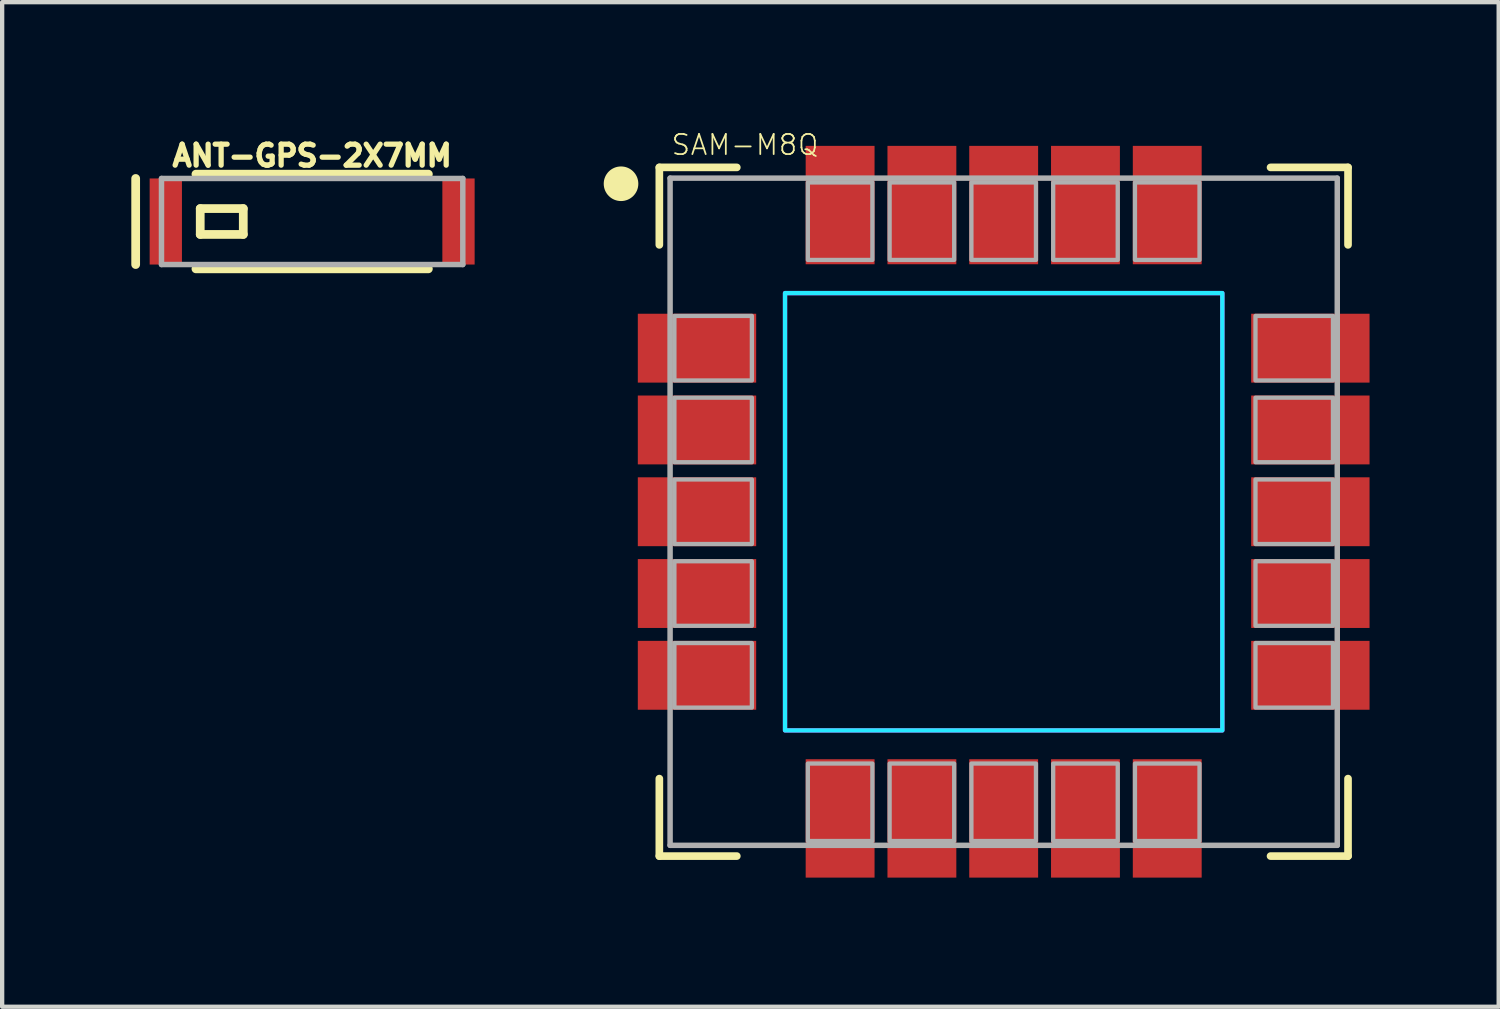
<source format=kicad_pcb>
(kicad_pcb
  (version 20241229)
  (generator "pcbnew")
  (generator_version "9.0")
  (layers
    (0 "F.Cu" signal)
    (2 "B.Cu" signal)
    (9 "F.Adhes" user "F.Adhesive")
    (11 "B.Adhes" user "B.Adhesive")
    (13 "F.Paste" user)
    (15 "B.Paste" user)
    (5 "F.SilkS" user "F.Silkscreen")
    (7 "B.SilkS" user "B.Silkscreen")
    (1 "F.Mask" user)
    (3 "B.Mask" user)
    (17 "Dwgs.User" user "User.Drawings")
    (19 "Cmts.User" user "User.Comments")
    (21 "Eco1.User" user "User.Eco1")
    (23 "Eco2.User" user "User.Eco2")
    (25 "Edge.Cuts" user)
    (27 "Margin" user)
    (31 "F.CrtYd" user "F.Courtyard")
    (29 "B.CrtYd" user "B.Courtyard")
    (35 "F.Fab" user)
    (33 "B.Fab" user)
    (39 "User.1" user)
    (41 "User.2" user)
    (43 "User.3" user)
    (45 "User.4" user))
  (footprint "ANT-GPS-2X7MM"
    (layer "F.Cu")
    (at 4.202 2.096)
    (property "Reference" "ANT-GPS-2X7MM" (at 0 -1.243 0) (layer "F.SilkS") (effects (font (size 0.488 0.488) (thickness 0.122)) (justify bottom)))
    (fp_line (start -4.1 -1) (end -4.1 1) (stroke (width 0.203) (type solid)) (layer "F.SilkS"))
    (fp_line (start -2.7 -1.1) (end 2.7 -1.1) (stroke (width 0.203) (type solid)) (layer "F.SilkS"))
    (fp_line (start -2.7 1.1) (end 2.7 1.1) (stroke (width 0.203) (type solid)) (layer "F.SilkS"))
    (fp_line (start -2.6 -0.3) (end -2.6 0.3) (stroke (width 0.203) (type solid)) (layer "F.SilkS"))
    (fp_line (start -2.6 0.3) (end -1.6 0.3) (stroke (width 0.203) (type solid)) (layer "F.SilkS"))
    (fp_line (start -1.6 -0.3) (end -2.6 -0.3) (stroke (width 0.203) (type solid)) (layer "F.SilkS"))
    (fp_line (start -1.6 0.3) (end -1.6 -0.3) (stroke (width 0.203) (type solid)) (layer "F.SilkS"))
    (fp_line (start -3.5 -1) (end 3.5 -1) (stroke (width 0.127) (type solid)) (layer "F.Fab"))
    (fp_line (start -3.5 1) (end -3.5 -1) (stroke (width 0.127) (type solid)) (layer "F.Fab"))
    (fp_line (start 3.5 -1) (end 3.5 1) (stroke (width 0.127) (type solid)) (layer "F.Fab"))
    (fp_line (start 3.5 1) (end -3.5 1) (stroke (width 0.127) (type solid)) (layer "F.Fab"))
    (pad "1" smd rect (at -3.4 0 90) (size 2 0.75) (layers "F.Cu" "F.Mask" "F.Paste"))
    (pad "NC" smd rect (at 3.4 0 90) (size 2 0.75) (layers "F.Cu" "F.Mask" "F.Paste")))
  (footprint "SAM-M8Q"
    (layer "F.Cu")
    (at 20.268 8.839)
    (property "Reference" "SAM-M8Q" (at -7.75 -8.25 0) (layer "F.SilkS") (effects (font (size 0.467 0.467) (thickness 0.041)) (justify left bottom)))
    (fp_line (start -8 -8) (end -6.2 -8) (stroke (width 0.178) (type solid)) (layer "F.SilkS"))
    (fp_line (start -8 -6.2) (end -8 -8) (stroke (width 0.178) (type solid)) (layer "F.SilkS"))
    (fp_line (start -8 8) (end -8 6.2) (stroke (width 0.178) (type solid)) (layer "F.SilkS"))
    (fp_line (start -6.2 8) (end -8 8) (stroke (width 0.178) (type solid)) (layer "F.SilkS"))
    (fp_line (start 6.2 -8) (end 8 -8) (stroke (width 0.178) (type solid)) (layer "F.SilkS"))
    (fp_line (start 8 -8) (end 8 -6.2) (stroke (width 0.178) (type solid)) (layer "F.SilkS"))
    (fp_line (start 8 6.2) (end 8 8) (stroke (width 0.178) (type solid)) (layer "F.SilkS"))
    (fp_line (start 8 8) (end 6.2 8) (stroke (width 0.178) (type solid)) (layer "F.SilkS"))
    (fp_circle (center -8.89 -7.62) (end -8.689 -7.62) (stroke (width 0.402) (type solid)) (fill yes) (layer "F.SilkS"))
    (fp_poly (pts (xy -5.08 5.08) (xy 5.08 5.08) (xy 5.08 -5.08) (xy -5.08 -5.08)) (stroke (width 0.1) (type default)) (fill no) (layer "B.CrtYd"))
    (fp_poly (pts (xy -5.08 5.08) (xy 5.08 5.08) (xy 5.08 -5.08) (xy -5.08 -5.08)) (stroke (width 0.1) (type default)) (fill no) (layer "F.CrtYd"))
    (fp_line (start -7.75 -7.75) (end 7.75 -7.75) (stroke (width 0.127) (type solid)) (layer "F.Fab"))
    (fp_line (start -7.75 7.75) (end -7.75 -7.75) (stroke (width 0.127) (type solid)) (layer "F.Fab"))
    (fp_line (start 7.75 -7.75) (end 7.75 7.75) (stroke (width 0.127) (type solid)) (layer "F.Fab"))
    (fp_line (start 7.75 7.75) (end -7.75 7.75) (stroke (width 0.127) (type solid)) (layer "F.Fab"))
    (fp_poly (pts (xy -7.65 -3.05) (xy -5.85 -3.05) (xy -5.85 -4.55) (xy -7.65 -4.55)) (stroke (width 0.1) (type default)) (fill no) (layer "F.Fab"))
    (fp_poly (pts (xy -7.65 -1.15) (xy -5.85 -1.15) (xy -5.85 -2.65) (xy -7.65 -2.65)) (stroke (width 0.1) (type default)) (fill no) (layer "F.Fab"))
    (fp_poly (pts (xy -7.65 0.75) (xy -5.85 0.75) (xy -5.85 -0.75) (xy -7.65 -0.75)) (stroke (width 0.1) (type default)) (fill no) (layer "F.Fab"))
    (fp_poly (pts (xy -7.65 2.65) (xy -5.85 2.65) (xy -5.85 1.15) (xy -7.65 1.15)) (stroke (width 0.1) (type default)) (fill no) (layer "F.Fab"))
    (fp_poly (pts (xy -7.65 4.55) (xy -5.85 4.55) (xy -5.85 3.05) (xy -7.65 3.05)) (stroke (width 0.1) (type default)) (fill no) (layer "F.Fab"))
    (fp_poly (pts (xy -4.55 -5.85) (xy -3.05 -5.85) (xy -3.05 -7.65) (xy -4.55 -7.65)) (stroke (width 0.1) (type default)) (fill no) (layer "F.Fab"))
    (fp_poly (pts (xy -4.55 7.65) (xy -3.05 7.65) (xy -3.05 5.85) (xy -4.55 5.85)) (stroke (width 0.1) (type default)) (fill no) (layer "F.Fab"))
    (fp_poly (pts (xy -2.65 -5.85) (xy -1.15 -5.85) (xy -1.15 -7.65) (xy -2.65 -7.65)) (stroke (width 0.1) (type default)) (fill no) (layer "F.Fab"))
    (fp_poly (pts (xy -2.65 7.65) (xy -1.15 7.65) (xy -1.15 5.85) (xy -2.65 5.85)) (stroke (width 0.1) (type default)) (fill no) (layer "F.Fab"))
    (fp_poly (pts (xy -0.75 -5.85) (xy 0.75 -5.85) (xy 0.75 -7.65) (xy -0.75 -7.65)) (stroke (width 0.1) (type default)) (fill no) (layer "F.Fab"))
    (fp_poly (pts (xy -0.75 7.65) (xy 0.75 7.65) (xy 0.75 5.85) (xy -0.75 5.85)) (stroke (width 0.1) (type default)) (fill no) (layer "F.Fab"))
    (fp_poly (pts (xy 1.15 -5.85) (xy 2.65 -5.85) (xy 2.65 -7.65) (xy 1.15 -7.65)) (stroke (width 0.1) (type default)) (fill no) (layer "F.Fab"))
    (fp_poly (pts (xy 1.15 7.65) (xy 2.65 7.65) (xy 2.65 5.85) (xy 1.15 5.85)) (stroke (width 0.1) (type default)) (fill no) (layer "F.Fab"))
    (fp_poly (pts (xy 3.05 -5.85) (xy 4.55 -5.85) (xy 4.55 -7.65) (xy 3.05 -7.65)) (stroke (width 0.1) (type default)) (fill no) (layer "F.Fab"))
    (fp_poly (pts (xy 3.05 7.65) (xy 4.55 7.65) (xy 4.55 5.85) (xy 3.05 5.85)) (stroke (width 0.1) (type default)) (fill no) (layer "F.Fab"))
    (fp_poly (pts (xy 5.85 -3.05) (xy 7.65 -3.05) (xy 7.65 -4.55) (xy 5.85 -4.55)) (stroke (width 0.1) (type default)) (fill no) (layer "F.Fab"))
    (fp_poly (pts (xy 5.85 -1.15) (xy 7.65 -1.15) (xy 7.65 -2.65) (xy 5.85 -2.65)) (stroke (width 0.1) (type default)) (fill no) (layer "F.Fab"))
    (fp_poly (pts (xy 5.85 0.75) (xy 7.65 0.75) (xy 7.65 -0.75) (xy 5.85 -0.75)) (stroke (width 0.1) (type default)) (fill no) (layer "F.Fab"))
    (fp_poly (pts (xy 5.85 2.65) (xy 7.65 2.65) (xy 7.65 1.15) (xy 5.85 1.15)) (stroke (width 0.1) (type default)) (fill no) (layer "F.Fab"))
    (fp_poly (pts (xy 5.85 4.55) (xy 7.65 4.55) (xy 7.65 3.05) (xy 5.85 3.05)) (stroke (width 0.1) (type default)) (fill no) (layer "F.Fab"))
    (pad "1" smd rect (at -7.125 -3.8 180) (size 2.75 1.6) (layers "F.Cu" "F.Mask" "F.Paste"))
    (pad "2" smd rect (at -7.125 -1.9 180) (size 2.75 1.6) (layers "F.Cu" "F.Mask" "F.Paste"))
    (pad "3" smd rect (at -7.125 0 180) (size 2.75 1.6) (layers "F.Cu" "F.Mask" "F.Paste"))
    (pad "4" smd rect (at -7.125 1.9 180) (size 2.75 1.6) (layers "F.Cu" "F.Mask" "F.Paste"))
    (pad "5" smd rect (at -7.125 3.8 180) (size 2.75 1.6) (layers "F.Cu" "F.Mask" "F.Paste"))
    (pad "6" smd rect (at -3.8 7.125 90) (size 2.75 1.6) (layers "F.Cu" "F.Mask" "F.Paste"))
    (pad "7" smd rect (at -1.9 7.125 90) (size 2.75 1.6) (layers "F.Cu" "F.Mask" "F.Paste"))
    (pad "8" smd rect (at 0 7.125 90) (size 2.75 1.6) (layers "F.Cu" "F.Mask" "F.Paste"))
    (pad "9" smd rect (at 1.9 7.125 90) (size 2.75 1.6) (layers "F.Cu" "F.Mask" "F.Paste"))
    (pad "10" smd rect (at 3.8 7.125 90) (size 2.75 1.6) (layers "F.Cu" "F.Mask" "F.Paste"))
    (pad "11" smd rect (at 7.125 3.8) (size 2.75 1.6) (layers "F.Cu" "F.Mask" "F.Paste"))
    (pad "12" smd rect (at 7.125 1.9) (size 2.75 1.6) (layers "F.Cu" "F.Mask" "F.Paste"))
    (pad "13" smd rect (at 7.125 0) (size 2.75 1.6) (layers "F.Cu" "F.Mask" "F.Paste"))
    (pad "14" smd rect (at 7.125 -1.9) (size 2.75 1.6) (layers "F.Cu" "F.Mask" "F.Paste"))
    (pad "15" smd rect (at 7.125 -3.8) (size 2.75 1.6) (layers "F.Cu" "F.Mask" "F.Paste"))
    (pad "16" smd rect (at 3.8 -7.125 270) (size 2.75 1.6) (layers "F.Cu" "F.Mask" "F.Paste"))
    (pad "17" smd rect (at 1.9 -7.125 270) (size 2.75 1.6) (layers "F.Cu" "F.Mask" "F.Paste"))
    (pad "18" smd rect (at 0 -7.125 270) (size 2.75 1.6) (layers "F.Cu" "F.Mask" "F.Paste"))
    (pad "19" smd rect (at -1.9 -7.125 270) (size 2.75 1.6) (layers "F.Cu" "F.Mask" "F.Paste"))
    (pad "20" smd rect (at -3.8 -7.125 270) (size 2.75 1.6) (layers "F.Cu" "F.Mask" "F.Paste")))
  (gr_rect
    (start -3 -3)
    (end 31.768 20.339)
    (stroke (width 0.1) (type default))
    (fill no)
    (layer "Edge.Cuts")))
</source>
